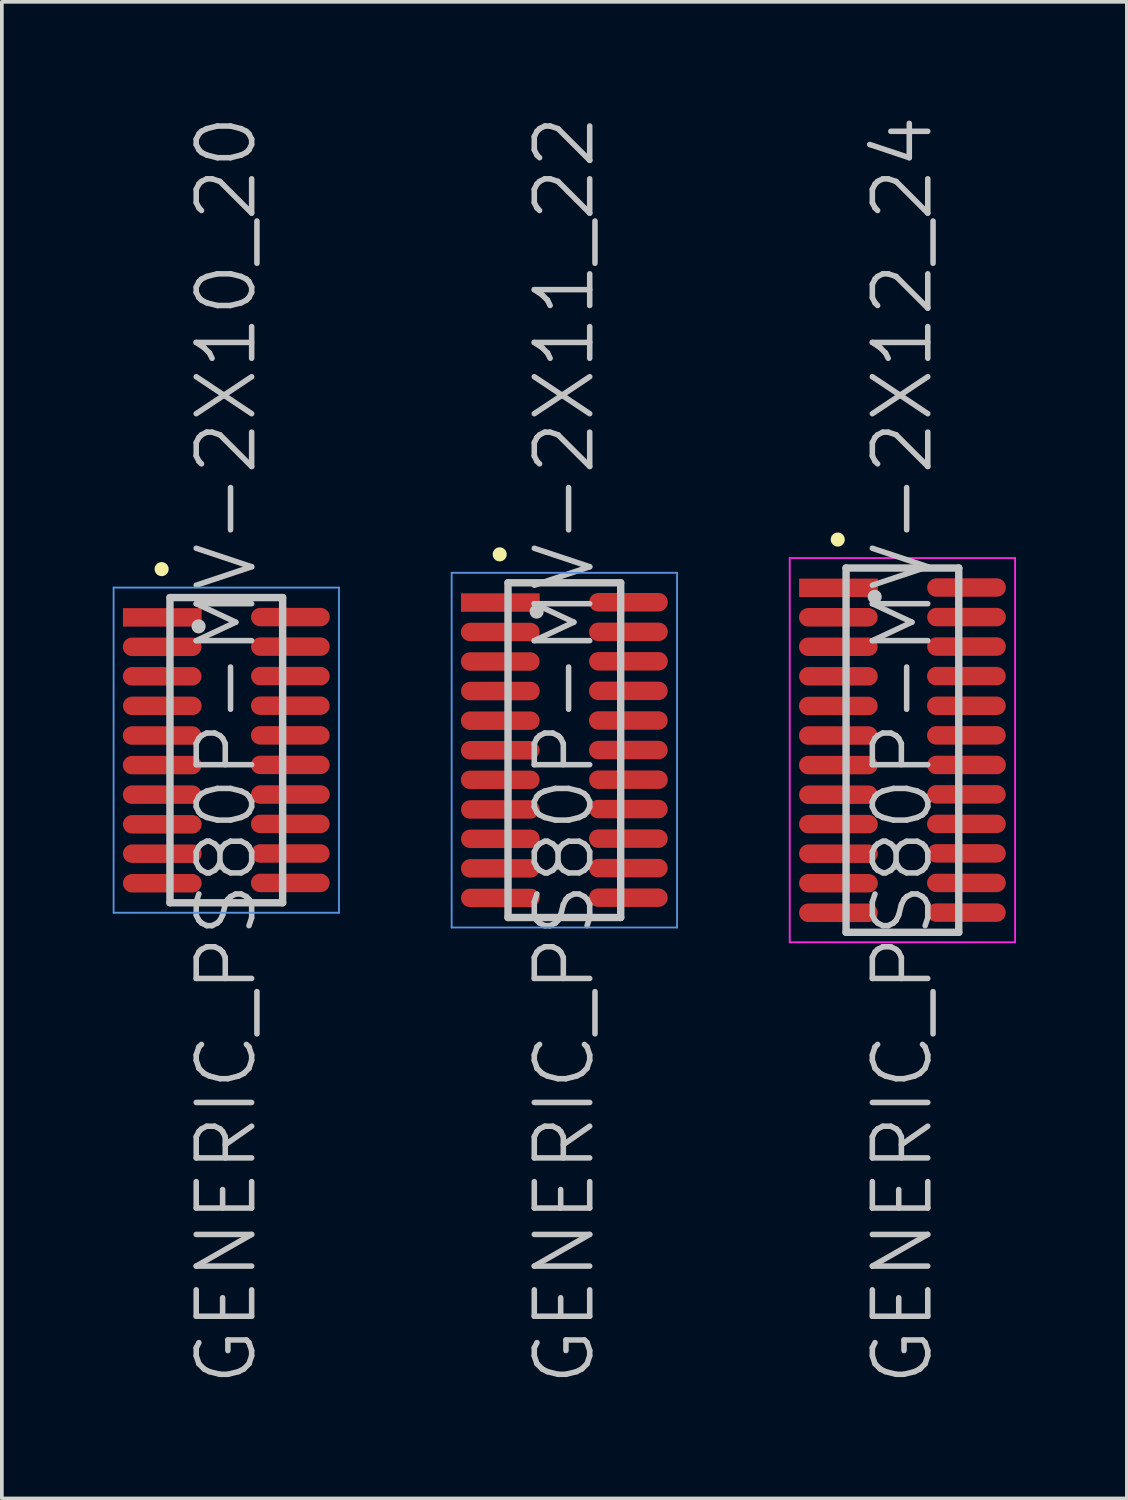
<source format=kicad_pcb>
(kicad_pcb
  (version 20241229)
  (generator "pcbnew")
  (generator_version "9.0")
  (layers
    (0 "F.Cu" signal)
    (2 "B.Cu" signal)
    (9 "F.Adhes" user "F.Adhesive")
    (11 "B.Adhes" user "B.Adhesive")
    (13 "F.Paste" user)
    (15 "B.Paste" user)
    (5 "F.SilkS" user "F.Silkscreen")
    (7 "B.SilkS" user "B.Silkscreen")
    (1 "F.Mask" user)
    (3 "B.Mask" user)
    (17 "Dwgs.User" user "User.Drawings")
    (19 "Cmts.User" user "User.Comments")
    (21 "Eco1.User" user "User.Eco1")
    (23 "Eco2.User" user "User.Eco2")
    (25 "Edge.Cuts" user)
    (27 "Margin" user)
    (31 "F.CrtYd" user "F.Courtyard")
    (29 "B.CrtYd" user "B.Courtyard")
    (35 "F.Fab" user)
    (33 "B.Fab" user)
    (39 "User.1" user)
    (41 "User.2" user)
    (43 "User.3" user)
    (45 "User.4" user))
  (footprint "GENERIC_PS80P-MV-2X11_22"
    (layer "F.Cu")
    (at 12.225 17.254)
    (property "Reference" "GENERIC_PS80P-MV-2X11_22" (at 0 0 90) (layer "Dwgs.User") (effects (font (size 1.5 1.5) (thickness 0.15))))
    (attr smd)
    (fp_line (start -1.75 -5.3) (end -1.75 -5.3) (stroke (width 0.381) (type solid)) (layer "F.SilkS"))
    (fp_line (start -1.525 -4.53) (end -1.525 4.53) (stroke (width 0.2) (type solid)) (layer "Dwgs.User"))
    (fp_line (start -1.525 -4.53) (end 1.525 -4.53) (stroke (width 0.2) (type solid)) (layer "Dwgs.User"))
    (fp_line (start -1.525 4.53) (end 1.525 4.53) (stroke (width 0.2) (type solid)) (layer "Dwgs.User"))
    (fp_line (start -0.75 -3.75) (end -0.75 -3.75) (stroke (width 0.381) (type solid)) (layer "Dwgs.User"))
    (fp_line (start 1.525 -4.53) (end 1.525 4.53) (stroke (width 0.2) (type solid)) (layer "Dwgs.User"))
    (fp_line (start -3.05 -4.8) (end -3.05 4.8) (stroke (width 0.05) (type solid)) (layer "Cmts.User"))
    (fp_line (start -3.05 -4.8) (end 3.05 -4.8) (stroke (width 0.05) (type solid)) (layer "Cmts.User"))
    (fp_line (start -3.05 4.8) (end 3.05 4.8) (stroke (width 0.05) (type solid)) (layer "Cmts.User"))
    (fp_line (start 3.05 -4.8) (end 3.05 4.8) (stroke (width 0.05) (type solid)) (layer "Cmts.User"))
    (pad "1" smd rect (at -1.732 -3.995 270) (size 0.5 2.13) (layers "F.Cu" "F.Mask" "F.Paste"))
    (pad "2" smd oval (at 1.735 -4.003 270) (size 0.5 2.13) (layers "F.Cu" "F.Mask" "F.Paste"))
    (pad "3" smd oval (at -1.735 -3.198 270) (size 0.5 2.13) (layers "F.Cu" "F.Mask" "F.Paste"))
    (pad "4" smd oval (at 1.735 -3.203 270) (size 0.5 2.13) (layers "F.Cu" "F.Mask" "F.Paste"))
    (pad "5" smd oval (at -1.735 -2.4 270) (size 0.5 2.13) (layers "F.Cu" "F.Mask" "F.Paste"))
    (pad "6" smd oval (at 1.735 -2.405 270) (size 0.5 2.13) (layers "F.Cu" "F.Mask" "F.Paste"))
    (pad "7" smd oval (at -1.732 -1.6 270) (size 0.5 2.13) (layers "F.Cu" "F.Mask" "F.Paste"))
    (pad "8" smd oval (at 1.732 -1.605 270) (size 0.5 2.13) (layers "F.Cu" "F.Mask" "F.Paste"))
    (pad "9" smd oval (at -1.735 -0.798 270) (size 0.5 2.13) (layers "F.Cu" "F.Mask" "F.Paste"))
    (pad "10" smd oval (at 1.732 -0.803 270) (size 0.5 2.13) (layers "F.Cu" "F.Mask" "F.Paste"))
    (pad "11" smd oval (at -1.735 0.003 270) (size 0.5 2.13) (layers "F.Cu" "F.Mask" "F.Paste"))
    (pad "12" smd oval (at 1.732 -0.003 270) (size 0.5 2.13) (layers "F.Cu" "F.Mask" "F.Paste"))
    (pad "13" smd oval (at -1.735 0.803 270) (size 0.5 2.13) (layers "F.Cu" "F.Mask" "F.Paste"))
    (pad "14" smd oval (at 1.735 0.8 270) (size 0.5 2.13) (layers "F.Cu" "F.Mask" "F.Paste"))
    (pad "15" smd oval (at -1.732 1.605 270) (size 0.5 2.13) (layers "F.Cu" "F.Mask" "F.Paste"))
    (pad "16" smd oval (at 1.732 1.595 270) (size 0.5 2.13) (layers "F.Cu" "F.Mask" "F.Paste"))
    (pad "17" smd oval (at -1.732 2.4 270) (size 0.5 2.13) (layers "F.Cu" "F.Mask" "F.Paste"))
    (pad "18" smd oval (at 1.732 2.395 270) (size 0.5 2.13) (layers "F.Cu" "F.Mask" "F.Paste"))
    (pad "19" smd oval (at -1.732 3.2 270) (size 0.5 2.13) (layers "F.Cu" "F.Mask" "F.Paste"))
    (pad "20" smd oval (at 1.732 3.193 270) (size 0.5 2.13) (layers "F.Cu" "F.Mask" "F.Paste"))
    (pad "21" smd oval (at -1.732 4 270) (size 0.5 2.13) (layers "F.Cu" "F.Mask" "F.Paste"))
    (pad "22" smd oval (at 1.732 3.993 270) (size 0.5 2.13) (layers "F.Cu" "F.Mask" "F.Paste")))
  (footprint "GENERIC_PS80P-MV-2X12_24"
    (layer "F.Cu")
    (at 21.375 17.254)
    (property "Reference" "GENERIC_PS80P-MV-2X12_24" (at 0 0 90) (layer "Dwgs.User") (effects (font (size 1.5 1.5) (thickness 0.15))))
    (attr smd)
    (fp_line (start -1.75 -5.7) (end -1.75 -5.7) (stroke (width 0.381) (type solid)) (layer "F.SilkS"))
    (fp_line (start -1.525 -4.93) (end -1.525 4.93) (stroke (width 0.2) (type solid)) (layer "Dwgs.User"))
    (fp_line (start -1.525 -4.93) (end 1.525 -4.93) (stroke (width 0.2) (type solid)) (layer "Dwgs.User"))
    (fp_line (start -1.525 4.93) (end 1.525 4.93) (stroke (width 0.2) (type solid)) (layer "Dwgs.User"))
    (fp_line (start -0.75 -4.15) (end -0.75 -4.15) (stroke (width 0.381) (type solid)) (layer "Dwgs.User"))
    (fp_line (start 1.525 -4.93) (end 1.525 4.93) (stroke (width 0.2) (type solid)) (layer "Dwgs.User"))
    (fp_line (start -3.05 -5.2) (end -3.05 5.2) (stroke (width 0.05) (type solid)) (layer "F.CrtYd"))
    (fp_line (start -3.05 -5.2) (end 3.05 -5.2) (stroke (width 0.05) (type solid)) (layer "F.CrtYd"))
    (fp_line (start -3.05 5.2) (end 3.05 5.2) (stroke (width 0.05) (type solid)) (layer "F.CrtYd"))
    (fp_line (start 3.05 -5.2) (end 3.05 5.2) (stroke (width 0.05) (type solid)) (layer "F.CrtYd"))
    (pad "1" smd rect (at -1.732 -4.394 270) (size 0.5 2.13) (layers "F.Cu" "F.Mask" "F.Paste"))
    (pad "2" smd oval (at 1.735 -4.402 270) (size 0.5 2.13) (layers "F.Cu" "F.Mask" "F.Paste"))
    (pad "3" smd oval (at -1.735 -3.597 270) (size 0.5 2.13) (layers "F.Cu" "F.Mask" "F.Paste"))
    (pad "4" smd oval (at 1.735 -3.602 270) (size 0.5 2.13) (layers "F.Cu" "F.Mask" "F.Paste"))
    (pad "5" smd oval (at -1.735 -2.799 270) (size 0.5 2.13) (layers "F.Cu" "F.Mask" "F.Paste"))
    (pad "6" smd oval (at 1.735 -2.804 270) (size 0.5 2.13) (layers "F.Cu" "F.Mask" "F.Paste"))
    (pad "7" smd oval (at -1.732 -1.999 270) (size 0.5 2.13) (layers "F.Cu" "F.Mask" "F.Paste"))
    (pad "8" smd oval (at 1.732 -2.004 270) (size 0.5 2.13) (layers "F.Cu" "F.Mask" "F.Paste"))
    (pad "9" smd oval (at -1.735 -1.196 270) (size 0.5 2.13) (layers "F.Cu" "F.Mask" "F.Paste"))
    (pad "10" smd oval (at 1.732 -1.201 270) (size 0.5 2.13) (layers "F.Cu" "F.Mask" "F.Paste"))
    (pad "11" smd oval (at -1.735 -0.396 270) (size 0.5 2.13) (layers "F.Cu" "F.Mask" "F.Paste"))
    (pad "12" smd oval (at 1.732 -0.401 270) (size 0.5 2.13) (layers "F.Cu" "F.Mask" "F.Paste"))
    (pad "13" smd oval (at -1.735 0.404 270) (size 0.5 2.13) (layers "F.Cu" "F.Mask" "F.Paste"))
    (pad "14" smd oval (at 1.735 0.401 270) (size 0.5 2.13) (layers "F.Cu" "F.Mask" "F.Paste"))
    (pad "15" smd oval (at -1.732 1.206 270) (size 0.5 2.13) (layers "F.Cu" "F.Mask" "F.Paste"))
    (pad "16" smd oval (at 1.732 1.196 270) (size 0.5 2.13) (layers "F.Cu" "F.Mask" "F.Paste"))
    (pad "17" smd oval (at -1.732 2.002 270) (size 0.5 2.13) (layers "F.Cu" "F.Mask" "F.Paste"))
    (pad "18" smd oval (at 1.732 1.996 270) (size 0.5 2.13) (layers "F.Cu" "F.Mask" "F.Paste"))
    (pad "19" smd oval (at -1.732 2.802 270) (size 0.5 2.13) (layers "F.Cu" "F.Mask" "F.Paste"))
    (pad "20" smd oval (at 1.732 2.794 270) (size 0.5 2.13) (layers "F.Cu" "F.Mask" "F.Paste"))
    (pad "21" smd oval (at -1.732 3.602 270) (size 0.5 2.13) (layers "F.Cu" "F.Mask" "F.Paste"))
    (pad "22" smd oval (at 1.732 3.594 270) (size 0.5 2.13) (layers "F.Cu" "F.Mask" "F.Paste"))
    (pad "23" smd oval (at -1.732 4.402 270) (size 0.5 2.13) (layers "F.Cu" "F.Mask" "F.Paste"))
    (pad "24" smd oval (at 1.732 4.397 270) (size 0.5 2.13) (layers "F.Cu" "F.Mask" "F.Paste")))
  (footprint "GENERIC_PS80P-MV-2X10_20"
    (layer "F.Cu")
    (at 3.075 17.254)
    (property "Reference" "GENERIC_PS80P-MV-2X10_20" (at 0 0 90) (layer "Dwgs.User") (effects (font (size 1.5 1.5) (thickness 0.15))))
    (attr smd)
    (fp_line (start -1.75 -4.9) (end -1.75 -4.9) (stroke (width 0.381) (type solid)) (layer "F.SilkS"))
    (fp_line (start -1.525 -4.13) (end -1.525 4.13) (stroke (width 0.2) (type solid)) (layer "Dwgs.User"))
    (fp_line (start -1.525 -4.13) (end 1.525 -4.13) (stroke (width 0.2) (type solid)) (layer "Dwgs.User"))
    (fp_line (start -1.525 4.13) (end 1.525 4.13) (stroke (width 0.2) (type solid)) (layer "Dwgs.User"))
    (fp_line (start -0.75 -3.35) (end -0.75 -3.35) (stroke (width 0.381) (type solid)) (layer "Dwgs.User"))
    (fp_line (start 1.525 -4.13) (end 1.525 4.13) (stroke (width 0.2) (type solid)) (layer "Dwgs.User"))
    (fp_line (start -3.05 -4.4) (end -3.05 4.4) (stroke (width 0.05) (type solid)) (layer "Cmts.User"))
    (fp_line (start -3.05 -4.4) (end 3.05 -4.4) (stroke (width 0.05) (type solid)) (layer "Cmts.User"))
    (fp_line (start -3.05 4.4) (end 3.05 4.4) (stroke (width 0.05) (type solid)) (layer "Cmts.User"))
    (fp_line (start 3.05 -4.4) (end 3.05 4.4) (stroke (width 0.05) (type solid)) (layer "Cmts.User"))
    (pad "1" smd rect (at -1.732 -3.594 270) (size 0.5 2.13) (layers "F.Cu" "F.Mask" "F.Paste"))
    (pad "2" smd oval (at 1.735 -3.602 270) (size 0.5 2.13) (layers "F.Cu" "F.Mask" "F.Paste"))
    (pad "3" smd oval (at -1.735 -2.797 270) (size 0.5 2.13) (layers "F.Cu" "F.Mask" "F.Paste"))
    (pad "4" smd oval (at 1.735 -2.802 270) (size 0.5 2.13) (layers "F.Cu" "F.Mask" "F.Paste"))
    (pad "5" smd oval (at -1.735 -1.999 270) (size 0.5 2.13) (layers "F.Cu" "F.Mask" "F.Paste"))
    (pad "6" smd oval (at 1.735 -2.004 270) (size 0.5 2.13) (layers "F.Cu" "F.Mask" "F.Paste"))
    (pad "7" smd oval (at -1.732 -1.199 270) (size 0.5 2.13) (layers "F.Cu" "F.Mask" "F.Paste"))
    (pad "8" smd oval (at 1.732 -1.204 270) (size 0.5 2.13) (layers "F.Cu" "F.Mask" "F.Paste"))
    (pad "9" smd oval (at -1.735 -0.396 270) (size 0.5 2.13) (layers "F.Cu" "F.Mask" "F.Paste"))
    (pad "10" smd oval (at 1.732 -0.401 270) (size 0.5 2.13) (layers "F.Cu" "F.Mask" "F.Paste"))
    (pad "11" smd oval (at -1.735 0.404 270) (size 0.5 2.13) (layers "F.Cu" "F.Mask" "F.Paste"))
    (pad "12" smd oval (at 1.732 0.399 270) (size 0.5 2.13) (layers "F.Cu" "F.Mask" "F.Paste"))
    (pad "13" smd oval (at -1.735 1.204 270) (size 0.5 2.13) (layers "F.Cu" "F.Mask" "F.Paste"))
    (pad "14" smd oval (at 1.735 1.201 270) (size 0.5 2.13) (layers "F.Cu" "F.Mask" "F.Paste"))
    (pad "15" smd oval (at -1.732 2.007 270) (size 0.5 2.13) (layers "F.Cu" "F.Mask" "F.Paste"))
    (pad "16" smd oval (at 1.732 1.996 270) (size 0.5 2.13) (layers "F.Cu" "F.Mask" "F.Paste"))
    (pad "17" smd oval (at -1.732 2.802 270) (size 0.5 2.13) (layers "F.Cu" "F.Mask" "F.Paste"))
    (pad "18" smd oval (at 1.732 2.797 270) (size 0.5 2.13) (layers "F.Cu" "F.Mask" "F.Paste"))
    (pad "19" smd oval (at -1.732 3.602 270) (size 0.5 2.13) (layers "F.Cu" "F.Mask" "F.Paste"))
    (pad "20" smd oval (at 1.732 3.594 270) (size 0.5 2.13) (layers "F.Cu" "F.Mask" "F.Paste")))
  (gr_rect
    (start -3 -3)
    (end 27.45 37.507)
    (stroke (width 0.1) (type default))
    (fill no)
    (layer "Edge.Cuts")))
</source>
